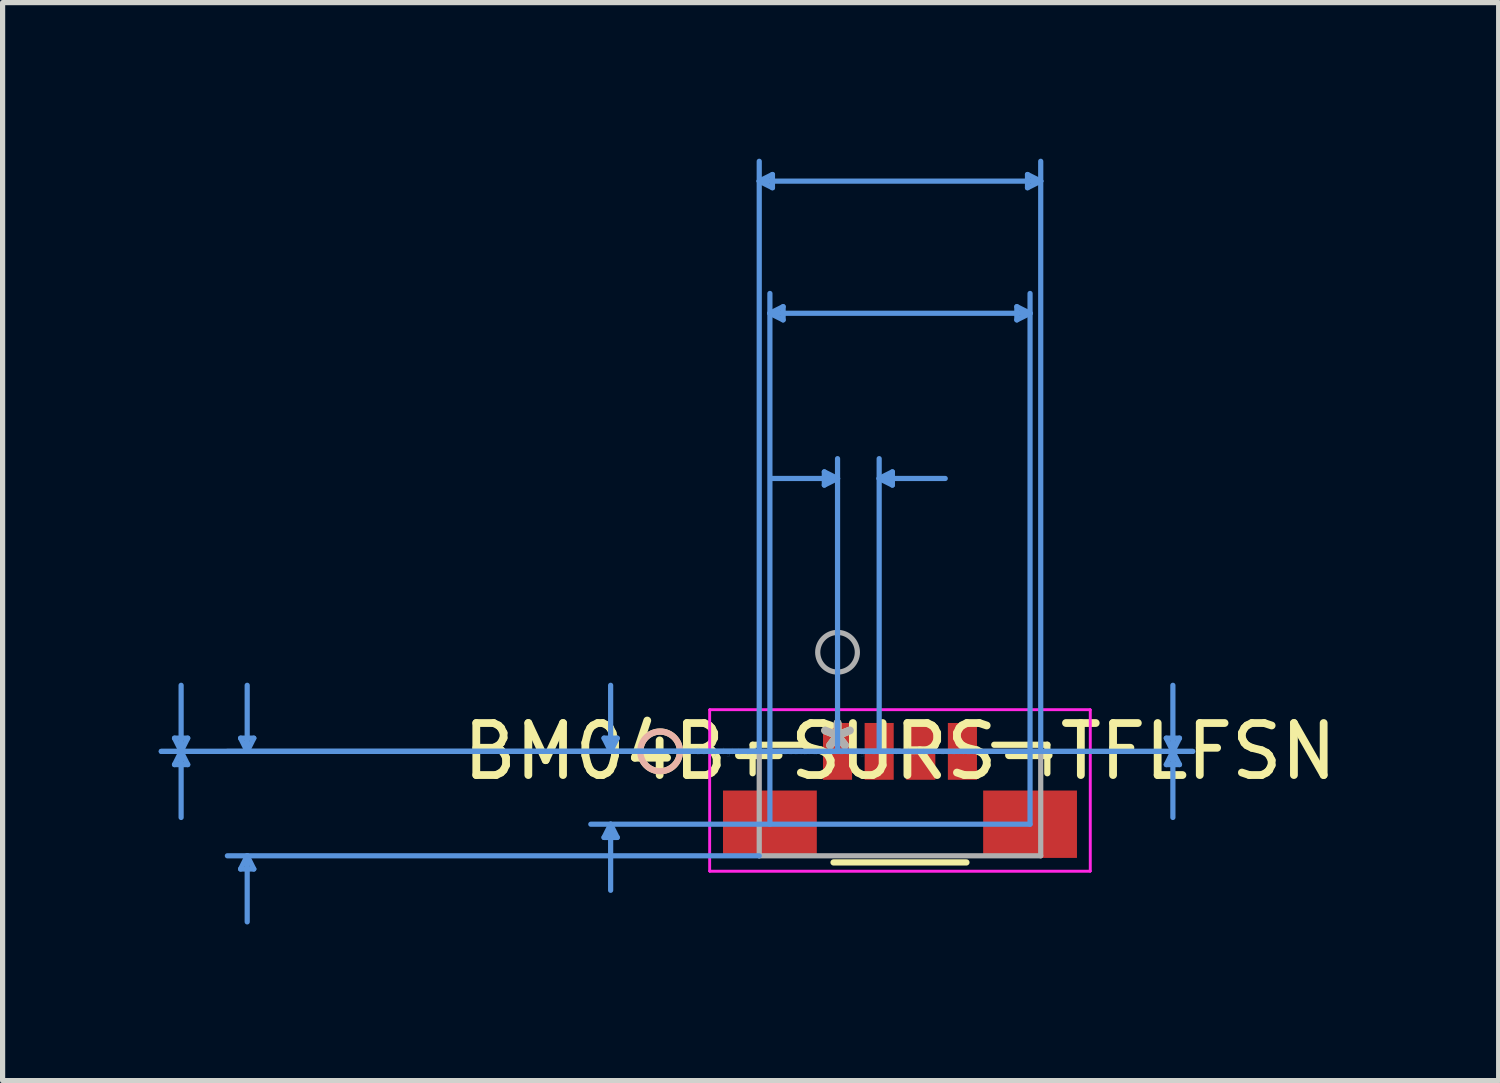
<source format=kicad_pcb>
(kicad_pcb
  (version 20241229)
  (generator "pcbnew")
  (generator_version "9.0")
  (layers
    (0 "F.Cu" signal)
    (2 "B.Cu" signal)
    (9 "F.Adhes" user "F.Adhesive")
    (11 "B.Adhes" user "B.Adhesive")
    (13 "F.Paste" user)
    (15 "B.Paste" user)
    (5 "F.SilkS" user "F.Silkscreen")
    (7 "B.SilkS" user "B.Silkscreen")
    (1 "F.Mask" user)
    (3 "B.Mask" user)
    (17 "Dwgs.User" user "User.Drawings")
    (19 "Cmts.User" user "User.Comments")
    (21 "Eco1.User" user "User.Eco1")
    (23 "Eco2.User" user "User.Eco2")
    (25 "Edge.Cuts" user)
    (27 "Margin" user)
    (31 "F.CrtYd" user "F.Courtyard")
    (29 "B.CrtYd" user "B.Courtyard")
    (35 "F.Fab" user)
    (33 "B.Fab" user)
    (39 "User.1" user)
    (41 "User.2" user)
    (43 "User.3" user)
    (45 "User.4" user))
  (footprint "BM04B-SURS-TFLFSN"
    (layer "F.Cu")
    (at 13.047 11.391)
    (property "Reference" "BM04B-SURS-TFLFSN" (at 1.2 0 0) (layer "F.SilkS") (effects (font (size 1 1) (thickness 0.15))))
    (attr through_hole)
    (fp_line (start -1.632 -0.127) (end -1.632 0.42) (stroke (width 0.12) (type solid)) (layer "F.SilkS"))
    (fp_line (start -0.612 -0.127) (end -1.632 -0.127) (stroke (width 0.12) (type solid)) (layer "F.SilkS"))
    (fp_line (start -0.077 2.134) (end 2.477 2.134) (stroke (width 0.12) (type solid)) (layer "F.SilkS"))
    (fp_line (start 4.032 -0.127) (end 3.012 -0.127) (stroke (width 0.12) (type solid)) (layer "F.SilkS"))
    (fp_line (start 4.032 0.42) (end 4.032 -0.127) (stroke (width 0.12) (type solid)) (layer "F.SilkS"))
    (fp_circle (center -3.41 0) (end -3.029 0) (stroke (width 0.12) (type solid)) (fill no) (layer "F.SilkS"))
    (fp_circle (center -3.41 0) (end -3.029 0) (stroke (width 0.12) (type solid)) (fill no) (layer "B.SilkS"))
    (fp_line (start -12.743 -0.254) (end -12.489 -0.254) (stroke (width 0.1) (type solid)) (layer "Cmts.User"))
    (fp_line (start -12.743 0.254) (end -12.489 0.254) (stroke (width 0.1) (type solid)) (layer "Cmts.User"))
    (fp_line (start -12.616 0) (end -12.743 -0.254) (stroke (width 0.1) (type solid)) (layer "Cmts.User"))
    (fp_line (start -12.616 0) (end -12.743 0.254) (stroke (width 0.1) (type solid)) (layer "Cmts.User"))
    (fp_line (start -12.616 0) (end -12.616 -1.27) (stroke (width 0.1) (type solid)) (layer "Cmts.User"))
    (fp_line (start -12.616 0) (end -12.616 1.27) (stroke (width 0.1) (type solid)) (layer "Cmts.User"))
    (fp_line (start -12.616 0) (end -12.489 -0.254) (stroke (width 0.1) (type solid)) (layer "Cmts.User"))
    (fp_line (start -12.616 0) (end -12.489 0.254) (stroke (width 0.1) (type solid)) (layer "Cmts.User"))
    (fp_line (start -11.473 -0.254) (end -11.219 -0.254) (stroke (width 0.1) (type solid)) (layer "Cmts.User"))
    (fp_line (start -11.473 2.261) (end -11.219 2.261) (stroke (width 0.1) (type solid)) (layer "Cmts.User"))
    (fp_line (start -11.346 0) (end -11.473 -0.254) (stroke (width 0.1) (type solid)) (layer "Cmts.User"))
    (fp_line (start -11.346 0) (end -11.346 -1.27) (stroke (width 0.1) (type solid)) (layer "Cmts.User"))
    (fp_line (start -11.346 0) (end -11.219 -0.254) (stroke (width 0.1) (type solid)) (layer "Cmts.User"))
    (fp_line (start -11.346 2.007) (end -11.473 2.261) (stroke (width 0.1) (type solid)) (layer "Cmts.User"))
    (fp_line (start -11.346 2.007) (end -11.346 3.277) (stroke (width 0.1) (type solid)) (layer "Cmts.User"))
    (fp_line (start -11.346 2.007) (end -11.219 2.261) (stroke (width 0.1) (type solid)) (layer "Cmts.User"))
    (fp_line (start -4.488 -0.254) (end -4.234 -0.254) (stroke (width 0.1) (type solid)) (layer "Cmts.User"))
    (fp_line (start -4.488 1.654) (end -4.234 1.654) (stroke (width 0.1) (type solid)) (layer "Cmts.User"))
    (fp_line (start -4.361 0) (end -4.488 -0.254) (stroke (width 0.1) (type solid)) (layer "Cmts.User"))
    (fp_line (start -4.361 0) (end -4.361 -1.27) (stroke (width 0.1) (type solid)) (layer "Cmts.User"))
    (fp_line (start -4.361 0) (end -4.234 -0.254) (stroke (width 0.1) (type solid)) (layer "Cmts.User"))
    (fp_line (start -4.361 1.4) (end -4.488 1.654) (stroke (width 0.1) (type solid)) (layer "Cmts.User"))
    (fp_line (start -4.361 1.4) (end -4.361 2.67) (stroke (width 0.1) (type solid)) (layer "Cmts.User"))
    (fp_line (start -4.361 1.4) (end -4.234 1.654) (stroke (width 0.1) (type solid)) (layer "Cmts.User"))
    (fp_line (start -1.505 -10.96) (end -1.251 -11.087) (stroke (width 0.1) (type solid)) (layer "Cmts.User"))
    (fp_line (start -1.505 -10.96) (end -1.251 -10.833) (stroke (width 0.1) (type solid)) (layer "Cmts.User"))
    (fp_line (start -1.505 -10.96) (end 3.905 -10.96) (stroke (width 0.1) (type solid)) (layer "Cmts.User"))
    (fp_line (start -1.505 0) (end -12.997 0) (stroke (width 0.1) (type solid)) (layer "Cmts.User"))
    (fp_line (start -1.505 0) (end -11.727 0) (stroke (width 0.1) (type solid)) (layer "Cmts.User"))
    (fp_line (start -1.505 0) (end -1.505 -11.341) (stroke (width 0.1) (type solid)) (layer "Cmts.User"))
    (fp_line (start -1.505 2.007) (end -11.727 2.007) (stroke (width 0.1) (type solid)) (layer "Cmts.User"))
    (fp_line (start -1.3 -8.42) (end -1.046 -8.547) (stroke (width 0.1) (type solid)) (layer "Cmts.User"))
    (fp_line (start -1.3 -8.42) (end -1.046 -8.293) (stroke (width 0.1) (type solid)) (layer "Cmts.User"))
    (fp_line (start -1.3 -8.42) (end 3.7 -8.42) (stroke (width 0.1) (type solid)) (layer "Cmts.User"))
    (fp_line (start -1.3 1.4) (end -1.3 -8.801) (stroke (width 0.1) (type solid)) (layer "Cmts.User"))
    (fp_line (start -1.251 -11.087) (end -1.251 -10.833) (stroke (width 0.1) (type solid)) (layer "Cmts.User"))
    (fp_line (start -1.046 -8.547) (end -1.046 -8.293) (stroke (width 0.1) (type solid)) (layer "Cmts.User"))
    (fp_line (start -0.254 -5.372) (end -0.254 -5.118) (stroke (width 0.1) (type solid)) (layer "Cmts.User"))
    (fp_line (start 0 -5.245) (end -1.27 -5.245) (stroke (width 0.1) (type solid)) (layer "Cmts.User"))
    (fp_line (start 0 -5.245) (end -0.254 -5.372) (stroke (width 0.1) (type solid)) (layer "Cmts.User"))
    (fp_line (start 0 -5.245) (end -0.254 -5.118) (stroke (width 0.1) (type solid)) (layer "Cmts.User"))
    (fp_line (start 0 0) (end 0 -5.626) (stroke (width 0.1) (type solid)) (layer "Cmts.User"))
    (fp_line (start 0 0) (end 6.826 0) (stroke (width 0.1) (type solid)) (layer "Cmts.User"))
    (fp_line (start 0 0) (end 6.826 0) (stroke (width 0.1) (type solid)) (layer "Cmts.User"))
    (fp_line (start 0.8 -5.245) (end 1.054 -5.372) (stroke (width 0.1) (type solid)) (layer "Cmts.User"))
    (fp_line (start 0.8 -5.245) (end 1.054 -5.118) (stroke (width 0.1) (type solid)) (layer "Cmts.User"))
    (fp_line (start 0.8 -5.245) (end 2.07 -5.245) (stroke (width 0.1) (type solid)) (layer "Cmts.User"))
    (fp_line (start 0.8 0) (end 0.8 -5.626) (stroke (width 0.1) (type solid)) (layer "Cmts.User"))
    (fp_line (start 1.054 -5.372) (end 1.054 -5.118) (stroke (width 0.1) (type solid)) (layer "Cmts.User"))
    (fp_line (start 1.2 0) (end -12.997 0) (stroke (width 0.1) (type solid)) (layer "Cmts.User"))
    (fp_line (start 1.2 0) (end -4.742 0) (stroke (width 0.1) (type solid)) (layer "Cmts.User"))
    (fp_line (start 3.446 -8.547) (end 3.446 -8.293) (stroke (width 0.1) (type solid)) (layer "Cmts.User"))
    (fp_line (start 3.651 -11.087) (end 3.651 -10.833) (stroke (width 0.1) (type solid)) (layer "Cmts.User"))
    (fp_line (start 3.7 -8.42) (end 3.446 -8.547) (stroke (width 0.1) (type solid)) (layer "Cmts.User"))
    (fp_line (start 3.7 -8.42) (end 3.446 -8.293) (stroke (width 0.1) (type solid)) (layer "Cmts.User"))
    (fp_line (start 3.7 1.4) (end -4.742 1.4) (stroke (width 0.1) (type solid)) (layer "Cmts.User"))
    (fp_line (start 3.7 1.4) (end 3.7 -8.801) (stroke (width 0.1) (type solid)) (layer "Cmts.User"))
    (fp_line (start 3.905 -10.96) (end 3.651 -11.087) (stroke (width 0.1) (type solid)) (layer "Cmts.User"))
    (fp_line (start 3.905 -10.96) (end 3.651 -10.833) (stroke (width 0.1) (type solid)) (layer "Cmts.User"))
    (fp_line (start 3.905 0) (end 3.905 -11.341) (stroke (width 0.1) (type solid)) (layer "Cmts.User"))
    (fp_line (start 6.318 -0.254) (end 6.572 -0.254) (stroke (width 0.1) (type solid)) (layer "Cmts.User"))
    (fp_line (start 6.318 0.254) (end 6.572 0.254) (stroke (width 0.1) (type solid)) (layer "Cmts.User"))
    (fp_line (start 6.445 0) (end 6.318 -0.254) (stroke (width 0.1) (type solid)) (layer "Cmts.User"))
    (fp_line (start 6.445 0) (end 6.318 0.254) (stroke (width 0.1) (type solid)) (layer "Cmts.User"))
    (fp_line (start 6.445 0) (end 6.445 -1.27) (stroke (width 0.1) (type solid)) (layer "Cmts.User"))
    (fp_line (start 6.445 0) (end 6.445 1.27) (stroke (width 0.1) (type solid)) (layer "Cmts.User"))
    (fp_line (start 6.445 0) (end 6.572 -0.254) (stroke (width 0.1) (type solid)) (layer "Cmts.User"))
    (fp_line (start 6.445 0) (end 6.572 0.254) (stroke (width 0.1) (type solid)) (layer "Cmts.User"))
    (fp_line (start -2.456 -0.8) (end -2.456 2.302) (stroke (width 0.05) (type solid)) (layer "F.CrtYd"))
    (fp_line (start -2.456 -0.8) (end -2.456 2.302) (stroke (width 0.05) (type solid)) (layer "F.CrtYd"))
    (fp_line (start -2.456 2.302) (end 4.856 2.302) (stroke (width 0.05) (type solid)) (layer "F.CrtYd"))
    (fp_line (start -2.456 2.302) (end 4.856 2.302) (stroke (width 0.05) (type solid)) (layer "F.CrtYd"))
    (fp_line (start 4.856 -0.8) (end -2.456 -0.8) (stroke (width 0.05) (type solid)) (layer "F.CrtYd"))
    (fp_line (start 4.856 -0.8) (end -2.456 -0.8) (stroke (width 0.05) (type solid)) (layer "F.CrtYd"))
    (fp_line (start 4.856 2.302) (end 4.856 -0.8) (stroke (width 0.05) (type solid)) (layer "F.CrtYd"))
    (fp_line (start 4.856 2.302) (end 4.856 -0.8) (stroke (width 0.05) (type solid)) (layer "F.CrtYd"))
    (fp_line (start -1.505 0) (end -1.505 2.007) (stroke (width 0.1) (type solid)) (layer "F.Fab"))
    (fp_line (start -1.505 2.007) (end 3.905 2.007) (stroke (width 0.1) (type solid)) (layer "F.Fab"))
    (fp_line (start 3.905 0) (end -1.505 0) (stroke (width 0.1) (type solid)) (layer "F.Fab"))
    (fp_line (start 3.905 2.007) (end 3.905 0) (stroke (width 0.1) (type solid)) (layer "F.Fab"))
    (fp_circle (center 0 -1.905) (end 0.381 -1.905) (stroke (width 0.1) (type solid)) (fill no) (layer "F.Fab"))
    (fp_text user "*" (at 0 0 0) (layer "F.SilkS") (effects (font (size 1 1) (thickness 0.15))))
    (fp_text user "Copyright 2021 Accelerated Designs. All rights reserved." (at 0 0 0) (layer "Cmts.User") (effects (font (size 0.127 0.127) (thickness 0.002))))
    (fp_text user "*" (at 0 0 0) (layer "F.Fab") (effects (font (size 1 1) (thickness 0.15))))
    (pad "1" smd rect (at 0 0) (size 0.559 1.092) (layers "F.Cu" "F.Mask" "F.Paste"))
    (pad "2" smd rect (at 0.8 0) (size 0.559 1.092) (layers "F.Cu" "F.Mask" "F.Paste"))
    (pad "3" smd rect (at 1.6 0) (size 0.559 1.092) (layers "F.Cu" "F.Mask" "F.Paste"))
    (pad "4" smd rect (at 2.4 0) (size 0.559 1.092) (layers "F.Cu" "F.Mask" "F.Paste"))
    (pad "5" smd rect (at -1.3 1.4) (size 1.803 1.295) (layers "F.Cu" "F.Mask" "F.Paste"))
    (pad "6" smd rect (at 3.7 1.4) (size 1.803 1.295) (layers "F.Cu" "F.Mask" "F.Paste")))
  (gr_rect
    (start -3 -3)
    (end 25.753 17.718)
    (stroke (width 0.1) (type default))
    (fill no)
    (layer "Edge.Cuts")))
</source>
